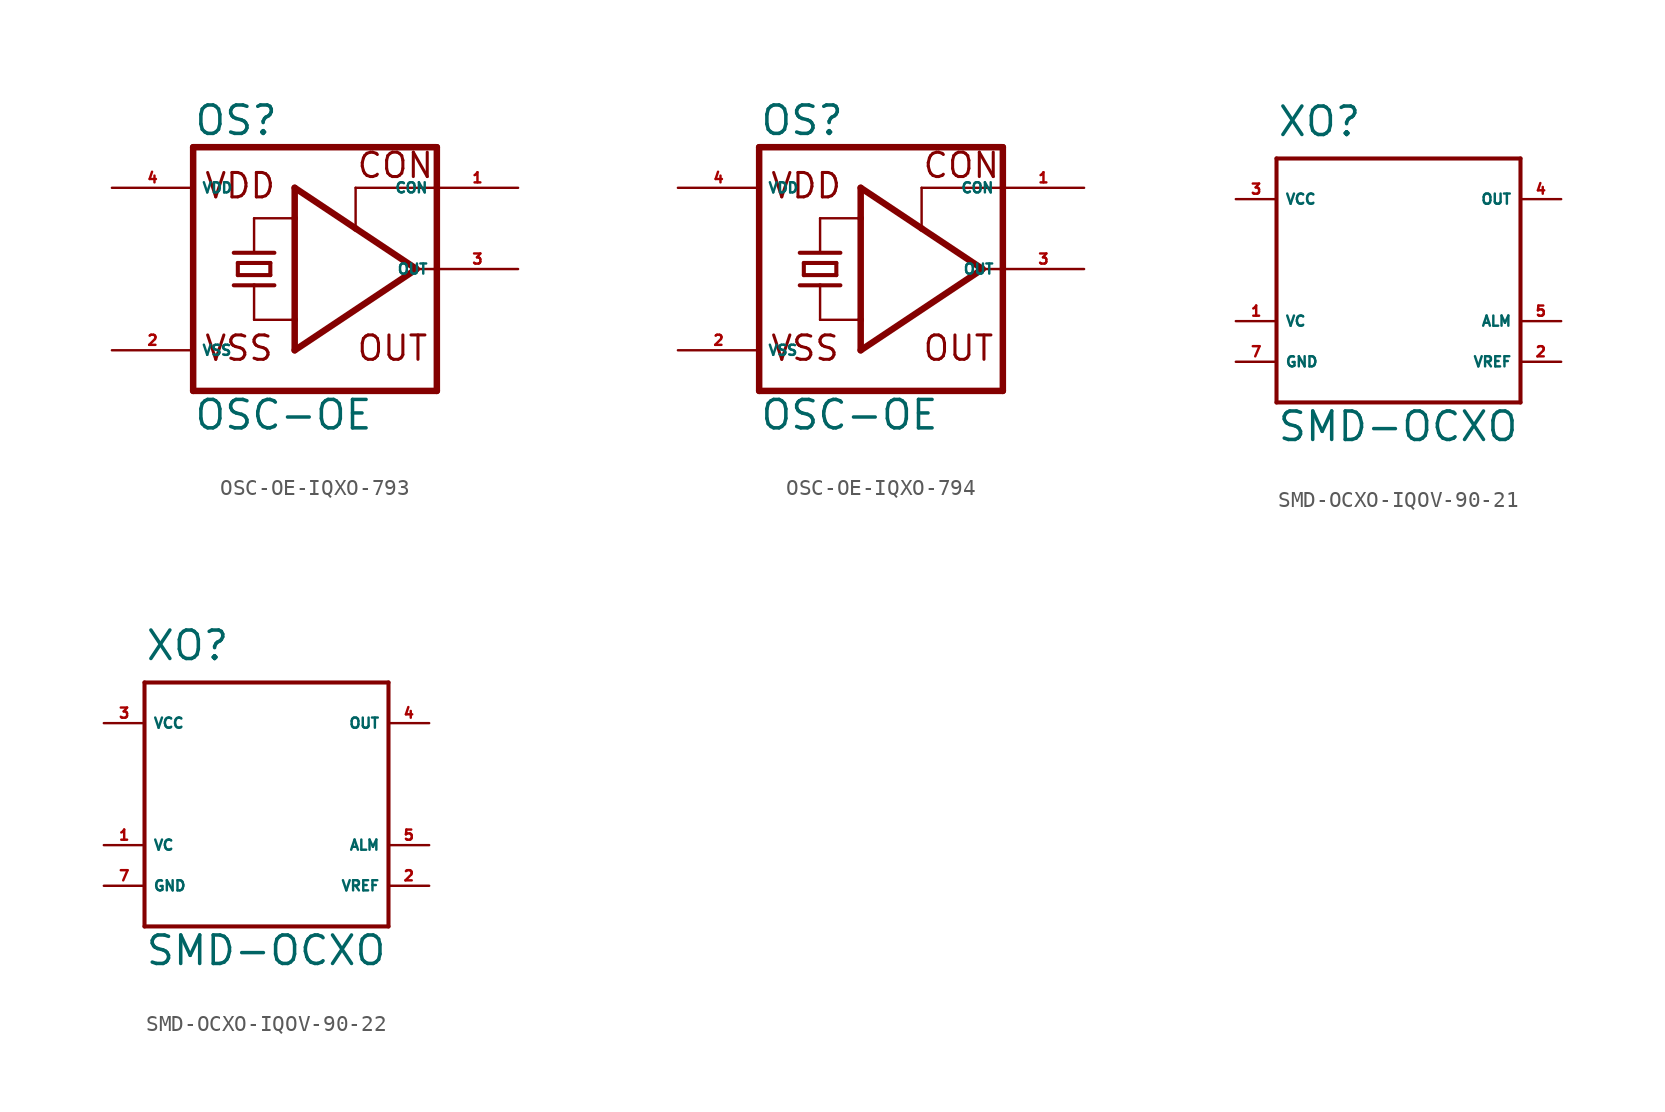
<source format=kicad_sym>
(kicad_symbol_lib
  (version 20220914)
  (generator Eagle2Kicad)
  (symbol "OSC-OE-IQXO-793"
    (property "Reference" "OS"
      (at -7.62 8.255 0)
      (effects (font (size 1.778 1.778) (thickness 0.22)) (justify left bottom)))
    (property "Value" "OSC-OE"
      (at -7.62 -10.16 0)
      (effects (font (size 1.778 1.778) (thickness 0.22)) (justify left bottom)))
    (polyline
      (pts (xy -7.62 7.62) (xy -7.62 -7.62))
      (stroke (width 0.406) (type default))
      (fill (type none)))
    (polyline
      (pts (xy 7.62 -7.62) (xy -7.62 -7.62))
      (stroke (width 0.406) (type default))
      (fill (type none)))
    (polyline
      (pts (xy 7.62 -7.62) (xy 7.62 0))
      (stroke (width 0.406) (type default))
      (fill (type none)))
    (polyline
      (pts (xy 7.62 0) (xy 7.62 5.08))
      (stroke (width 0.406) (type default))
      (fill (type none)))
    (polyline
      (pts (xy 7.62 5.08) (xy 7.62 7.62))
      (stroke (width 0.406) (type default))
      (fill (type none)))
    (polyline
      (pts (xy -7.62 7.62) (xy 7.62 7.62))
      (stroke (width 0.406) (type default))
      (fill (type none)))
    (polyline
      (pts (xy -1.27 5.08) (xy 2.54 2.54))
      (stroke (width 0.406) (type default))
      (fill (type none)))
    (polyline
      (pts (xy 2.54 2.54) (xy 6.35 0))
      (stroke (width 0.406) (type default))
      (fill (type none)))
    (polyline
      (pts (xy 6.35 0) (xy -1.27 -5.08))
      (stroke (width 0.406) (type default))
      (fill (type none)))
    (polyline
      (pts (xy -1.27 -5.08) (xy -1.27 -3.175))
      (stroke (width 0.406) (type default))
      (fill (type none)))
    (polyline
      (pts (xy -1.27 -3.175) (xy -1.27 3.175))
      (stroke (width 0.406) (type default))
      (fill (type none)))
    (polyline
      (pts (xy -1.27 3.175) (xy -1.27 5.08))
      (stroke (width 0.406) (type default))
      (fill (type none)))
    (polyline
      (pts (xy -3.81 3.175) (xy -1.27 3.175))
      (stroke (width 0.152) (type default))
      (fill (type none)))
    (polyline
      (pts (xy -3.81 -3.175) (xy -1.27 -3.175))
      (stroke (width 0.152) (type default))
      (fill (type none)))
    (polyline
      (pts (xy 6.35 0) (xy 7.62 0))
      (stroke (width 0.152) (type default))
      (fill (type none)))
    (polyline
      (pts (xy 7.62 5.08) (xy 2.54 5.08))
      (stroke (width 0.152) (type default))
      (fill (type none)))
    (polyline
      (pts (xy 2.54 5.08) (xy 2.54 2.54))
      (stroke (width 0.152) (type default))
      (fill (type none)))
    (polyline
      (pts (xy -4.826 -0.381) (xy -4.826 0.381))
      (stroke (width 0.254) (type default))
      (fill (type none)))
    (polyline
      (pts (xy -4.826 0.381) (xy -2.794 0.381))
      (stroke (width 0.254) (type default))
      (fill (type none)))
    (polyline
      (pts (xy -2.794 0.381) (xy -2.794 -0.381))
      (stroke (width 0.254) (type default))
      (fill (type none)))
    (polyline
      (pts (xy -4.826 -0.381) (xy -2.794 -0.381))
      (stroke (width 0.254) (type default))
      (fill (type none)))
    (polyline
      (pts (xy -5.08 -1.016) (xy -3.81 -1.016))
      (stroke (width 0.254) (type default))
      (fill (type none)))
    (polyline
      (pts (xy -3.81 -1.016) (xy -2.54 -1.016))
      (stroke (width 0.254) (type default))
      (fill (type none)))
    (polyline
      (pts (xy -3.81 1.016) (xy -3.81 3.175))
      (stroke (width 0.152) (type default))
      (fill (type none)))
    (polyline
      (pts (xy -3.81 -3.175) (xy -3.81 -1.016))
      (stroke (width 0.152) (type default))
      (fill (type none)))
    (polyline
      (pts (xy -5.08 1.016) (xy -2.54 1.016))
      (stroke (width 0.254) (type default))
      (fill (type none)))
    (text "VDD"
      (at -6.985 4.318 0)
      (effects (font (size 1.524 1.524) (thickness 0.19)) (justify left bottom)))
    (text "VSS"
      (at -6.985 -5.842 0)
      (effects (font (size 1.524 1.524) (thickness 0.19)) (justify left bottom)))
    (text "OUT"
      (at 2.54 -5.842 0)
      (effects (font (size 1.524 1.524) (thickness 0.19)) (justify left bottom)))
    (text "CON"
      (at 2.54 5.588 0)
      (effects (font (size 1.524 1.524) (thickness 0.19)) (justify left bottom)))
    (pin unspecified line
      (at -12.7 -5.08 0)
      (length 5.08)
      (name "VSS" (effects (font (size 0.635 0.635) (thickness 0.08)) (justify left bottom)))
      (number "2" (effects (font (size 0.635 0.635) (thickness 0.08)) (justify left bottom))))
    (pin unspecified line
      (at -12.7 5.08 0)
      (length 5.08)
      (name "VDD" (effects (font (size 0.635 0.635) (thickness 0.08)) (justify left bottom)))
      (number "4" (effects (font (size 0.635 0.635) (thickness 0.08)) (justify left bottom))))
    (pin output line
      (at 12.7 0 180)
      (length 5.08)
      (name "OUT" (effects (font (size 0.635 0.635) (thickness 0.08)) (justify left bottom)))
      (number "3" (effects (font (size 0.635 0.635) (thickness 0.08)) (justify left bottom))))
    (pin input line
      (at 12.7 5.08 180)
      (length 5.08)
      (name "CON" (effects (font (size 0.635 0.635) (thickness 0.08)) (justify left bottom)))
      (number "1" (effects (font (size 0.635 0.635) (thickness 0.08)) (justify left bottom)))))
  (symbol "OSC-OE-IQXO-794"
    (property "Reference" "OS"
      (at -7.62 8.255 0)
      (effects (font (size 1.778 1.778) (thickness 0.22)) (justify left bottom)))
    (property "Value" "OSC-OE"
      (at -7.62 -10.16 0)
      (effects (font (size 1.778 1.778) (thickness 0.22)) (justify left bottom)))
    (polyline
      (pts (xy -7.62 7.62) (xy -7.62 -7.62))
      (stroke (width 0.406) (type default))
      (fill (type none)))
    (polyline
      (pts (xy 7.62 -7.62) (xy -7.62 -7.62))
      (stroke (width 0.406) (type default))
      (fill (type none)))
    (polyline
      (pts (xy 7.62 -7.62) (xy 7.62 0))
      (stroke (width 0.406) (type default))
      (fill (type none)))
    (polyline
      (pts (xy 7.62 0) (xy 7.62 5.08))
      (stroke (width 0.406) (type default))
      (fill (type none)))
    (polyline
      (pts (xy 7.62 5.08) (xy 7.62 7.62))
      (stroke (width 0.406) (type default))
      (fill (type none)))
    (polyline
      (pts (xy -7.62 7.62) (xy 7.62 7.62))
      (stroke (width 0.406) (type default))
      (fill (type none)))
    (polyline
      (pts (xy -1.27 5.08) (xy 2.54 2.54))
      (stroke (width 0.406) (type default))
      (fill (type none)))
    (polyline
      (pts (xy 2.54 2.54) (xy 6.35 0))
      (stroke (width 0.406) (type default))
      (fill (type none)))
    (polyline
      (pts (xy 6.35 0) (xy -1.27 -5.08))
      (stroke (width 0.406) (type default))
      (fill (type none)))
    (polyline
      (pts (xy -1.27 -5.08) (xy -1.27 -3.175))
      (stroke (width 0.406) (type default))
      (fill (type none)))
    (polyline
      (pts (xy -1.27 -3.175) (xy -1.27 3.175))
      (stroke (width 0.406) (type default))
      (fill (type none)))
    (polyline
      (pts (xy -1.27 3.175) (xy -1.27 5.08))
      (stroke (width 0.406) (type default))
      (fill (type none)))
    (polyline
      (pts (xy -3.81 3.175) (xy -1.27 3.175))
      (stroke (width 0.152) (type default))
      (fill (type none)))
    (polyline
      (pts (xy -3.81 -3.175) (xy -1.27 -3.175))
      (stroke (width 0.152) (type default))
      (fill (type none)))
    (polyline
      (pts (xy 6.35 0) (xy 7.62 0))
      (stroke (width 0.152) (type default))
      (fill (type none)))
    (polyline
      (pts (xy 7.62 5.08) (xy 2.54 5.08))
      (stroke (width 0.152) (type default))
      (fill (type none)))
    (polyline
      (pts (xy 2.54 5.08) (xy 2.54 2.54))
      (stroke (width 0.152) (type default))
      (fill (type none)))
    (polyline
      (pts (xy -4.826 -0.381) (xy -4.826 0.381))
      (stroke (width 0.254) (type default))
      (fill (type none)))
    (polyline
      (pts (xy -4.826 0.381) (xy -2.794 0.381))
      (stroke (width 0.254) (type default))
      (fill (type none)))
    (polyline
      (pts (xy -2.794 0.381) (xy -2.794 -0.381))
      (stroke (width 0.254) (type default))
      (fill (type none)))
    (polyline
      (pts (xy -4.826 -0.381) (xy -2.794 -0.381))
      (stroke (width 0.254) (type default))
      (fill (type none)))
    (polyline
      (pts (xy -5.08 -1.016) (xy -3.81 -1.016))
      (stroke (width 0.254) (type default))
      (fill (type none)))
    (polyline
      (pts (xy -3.81 -1.016) (xy -2.54 -1.016))
      (stroke (width 0.254) (type default))
      (fill (type none)))
    (polyline
      (pts (xy -3.81 1.016) (xy -3.81 3.175))
      (stroke (width 0.152) (type default))
      (fill (type none)))
    (polyline
      (pts (xy -3.81 -3.175) (xy -3.81 -1.016))
      (stroke (width 0.152) (type default))
      (fill (type none)))
    (polyline
      (pts (xy -5.08 1.016) (xy -2.54 1.016))
      (stroke (width 0.254) (type default))
      (fill (type none)))
    (text "VDD"
      (at -6.985 4.318 0)
      (effects (font (size 1.524 1.524) (thickness 0.19)) (justify left bottom)))
    (text "VSS"
      (at -6.985 -5.842 0)
      (effects (font (size 1.524 1.524) (thickness 0.19)) (justify left bottom)))
    (text "OUT"
      (at 2.54 -5.842 0)
      (effects (font (size 1.524 1.524) (thickness 0.19)) (justify left bottom)))
    (text "CON"
      (at 2.54 5.588 0)
      (effects (font (size 1.524 1.524) (thickness 0.19)) (justify left bottom)))
    (pin unspecified line
      (at -12.7 -5.08 0)
      (length 5.08)
      (name "VSS" (effects (font (size 0.635 0.635) (thickness 0.08)) (justify left bottom)))
      (number "2" (effects (font (size 0.635 0.635) (thickness 0.08)) (justify left bottom))))
    (pin unspecified line
      (at -12.7 5.08 0)
      (length 5.08)
      (name "VDD" (effects (font (size 0.635 0.635) (thickness 0.08)) (justify left bottom)))
      (number "4" (effects (font (size 0.635 0.635) (thickness 0.08)) (justify left bottom))))
    (pin output line
      (at 12.7 0 180)
      (length 5.08)
      (name "OUT" (effects (font (size 0.635 0.635) (thickness 0.08)) (justify left bottom)))
      (number "3" (effects (font (size 0.635 0.635) (thickness 0.08)) (justify left bottom))))
    (pin input line
      (at 12.7 5.08 180)
      (length 5.08)
      (name "CON" (effects (font (size 0.635 0.635) (thickness 0.08)) (justify left bottom)))
      (number "1" (effects (font (size 0.635 0.635) (thickness 0.08)) (justify left bottom)))))
  (symbol "SMD-OCXO-IQOV-90-21"
    (property "Reference" "XO"
      (at -7.62 6.35 0)
      (effects (font (size 1.778 1.778) (thickness 0.22)) (justify left bottom)))
    (property "Value" "SMD-OCXO"
      (at -7.62 -12.7 0)
      (effects (font (size 1.778 1.778) (thickness 0.22)) (justify left bottom)))
    (polyline
      (pts (xy -7.62 5.08) (xy -7.62 -10.16))
      (stroke (width 0.254) (type default))
      (fill (type none)))
    (polyline
      (pts (xy -7.62 -10.16) (xy 7.62 -10.16))
      (stroke (width 0.254) (type default))
      (fill (type none)))
    (polyline
      (pts (xy 7.62 -10.16) (xy 7.62 5.08))
      (stroke (width 0.254) (type default))
      (fill (type none)))
    (polyline
      (pts (xy 7.62 5.08) (xy -7.62 5.08))
      (stroke (width 0.254) (type default))
      (fill (type none)))
    (pin unspecified line
      (at -10.16 2.54 0)
      (length 2.54)
      (name "VCC" (effects (font (size 0.635 0.635) (thickness 0.08)) (justify left bottom)))
      (number "3" (effects (font (size 0.635 0.635) (thickness 0.08)) (justify left bottom))))
    (pin output line
      (at 10.16 -7.62 180)
      (length 2.54)
      (name "VREF" (effects (font (size 0.635 0.635) (thickness 0.08)) (justify left bottom)))
      (number "2" (effects (font (size 0.635 0.635) (thickness 0.08)) (justify left bottom))))
    (pin output line
      (at 10.16 2.54 180)
      (length 2.54)
      (name "OUT" (effects (font (size 0.635 0.635) (thickness 0.08)) (justify left bottom)))
      (number "4" (effects (font (size 0.635 0.635) (thickness 0.08)) (justify left bottom))))
    (pin input line
      (at -10.16 -5.08 0)
      (length 2.54)
      (name "VC" (effects (font (size 0.635 0.635) (thickness 0.08)) (justify left bottom)))
      (number "1" (effects (font (size 0.635 0.635) (thickness 0.08)) (justify left bottom))))
    (pin unspecified line
      (at -10.16 -7.62 0)
      (length 2.54)
      (name "GND" (effects (font (size 0.635 0.635) (thickness 0.08)) (justify left bottom)))
      (number "7" (effects (font (size 0.635 0.635) (thickness 0.08)) (justify left bottom))))
    (pin output line
      (at 10.16 -5.08 180)
      (length 2.54)
      (name "ALM" (effects (font (size 0.635 0.635) (thickness 0.08)) (justify left bottom)))
      (number "5" (effects (font (size 0.635 0.635) (thickness 0.08)) (justify left bottom)))))
  (symbol "SMD-OCXO-IQOV-90-22"
    (property "Reference" "XO"
      (at -7.62 6.35 0)
      (effects (font (size 1.778 1.778) (thickness 0.22)) (justify left bottom)))
    (property "Value" "SMD-OCXO"
      (at -7.62 -12.7 0)
      (effects (font (size 1.778 1.778) (thickness 0.22)) (justify left bottom)))
    (polyline
      (pts (xy -7.62 5.08) (xy -7.62 -10.16))
      (stroke (width 0.254) (type default))
      (fill (type none)))
    (polyline
      (pts (xy -7.62 -10.16) (xy 7.62 -10.16))
      (stroke (width 0.254) (type default))
      (fill (type none)))
    (polyline
      (pts (xy 7.62 -10.16) (xy 7.62 5.08))
      (stroke (width 0.254) (type default))
      (fill (type none)))
    (polyline
      (pts (xy 7.62 5.08) (xy -7.62 5.08))
      (stroke (width 0.254) (type default))
      (fill (type none)))
    (pin unspecified line
      (at -10.16 2.54 0)
      (length 2.54)
      (name "VCC" (effects (font (size 0.635 0.635) (thickness 0.08)) (justify left bottom)))
      (number "3" (effects (font (size 0.635 0.635) (thickness 0.08)) (justify left bottom))))
    (pin output line
      (at 10.16 -7.62 180)
      (length 2.54)
      (name "VREF" (effects (font (size 0.635 0.635) (thickness 0.08)) (justify left bottom)))
      (number "2" (effects (font (size 0.635 0.635) (thickness 0.08)) (justify left bottom))))
    (pin output line
      (at 10.16 2.54 180)
      (length 2.54)
      (name "OUT" (effects (font (size 0.635 0.635) (thickness 0.08)) (justify left bottom)))
      (number "4" (effects (font (size 0.635 0.635) (thickness 0.08)) (justify left bottom))))
    (pin input line
      (at -10.16 -5.08 0)
      (length 2.54)
      (name "VC" (effects (font (size 0.635 0.635) (thickness 0.08)) (justify left bottom)))
      (number "1" (effects (font (size 0.635 0.635) (thickness 0.08)) (justify left bottom))))
    (pin unspecified line
      (at -10.16 -7.62 0)
      (length 2.54)
      (name "GND" (effects (font (size 0.635 0.635) (thickness 0.08)) (justify left bottom)))
      (number "7" (effects (font (size 0.635 0.635) (thickness 0.08)) (justify left bottom))))
    (pin output line
      (at 10.16 -5.08 180)
      (length 2.54)
      (name "ALM" (effects (font (size 0.635 0.635) (thickness 0.08)) (justify left bottom)))
      (number "5" (effects (font (size 0.635 0.635) (thickness 0.08)) (justify left bottom))))))
</source>
